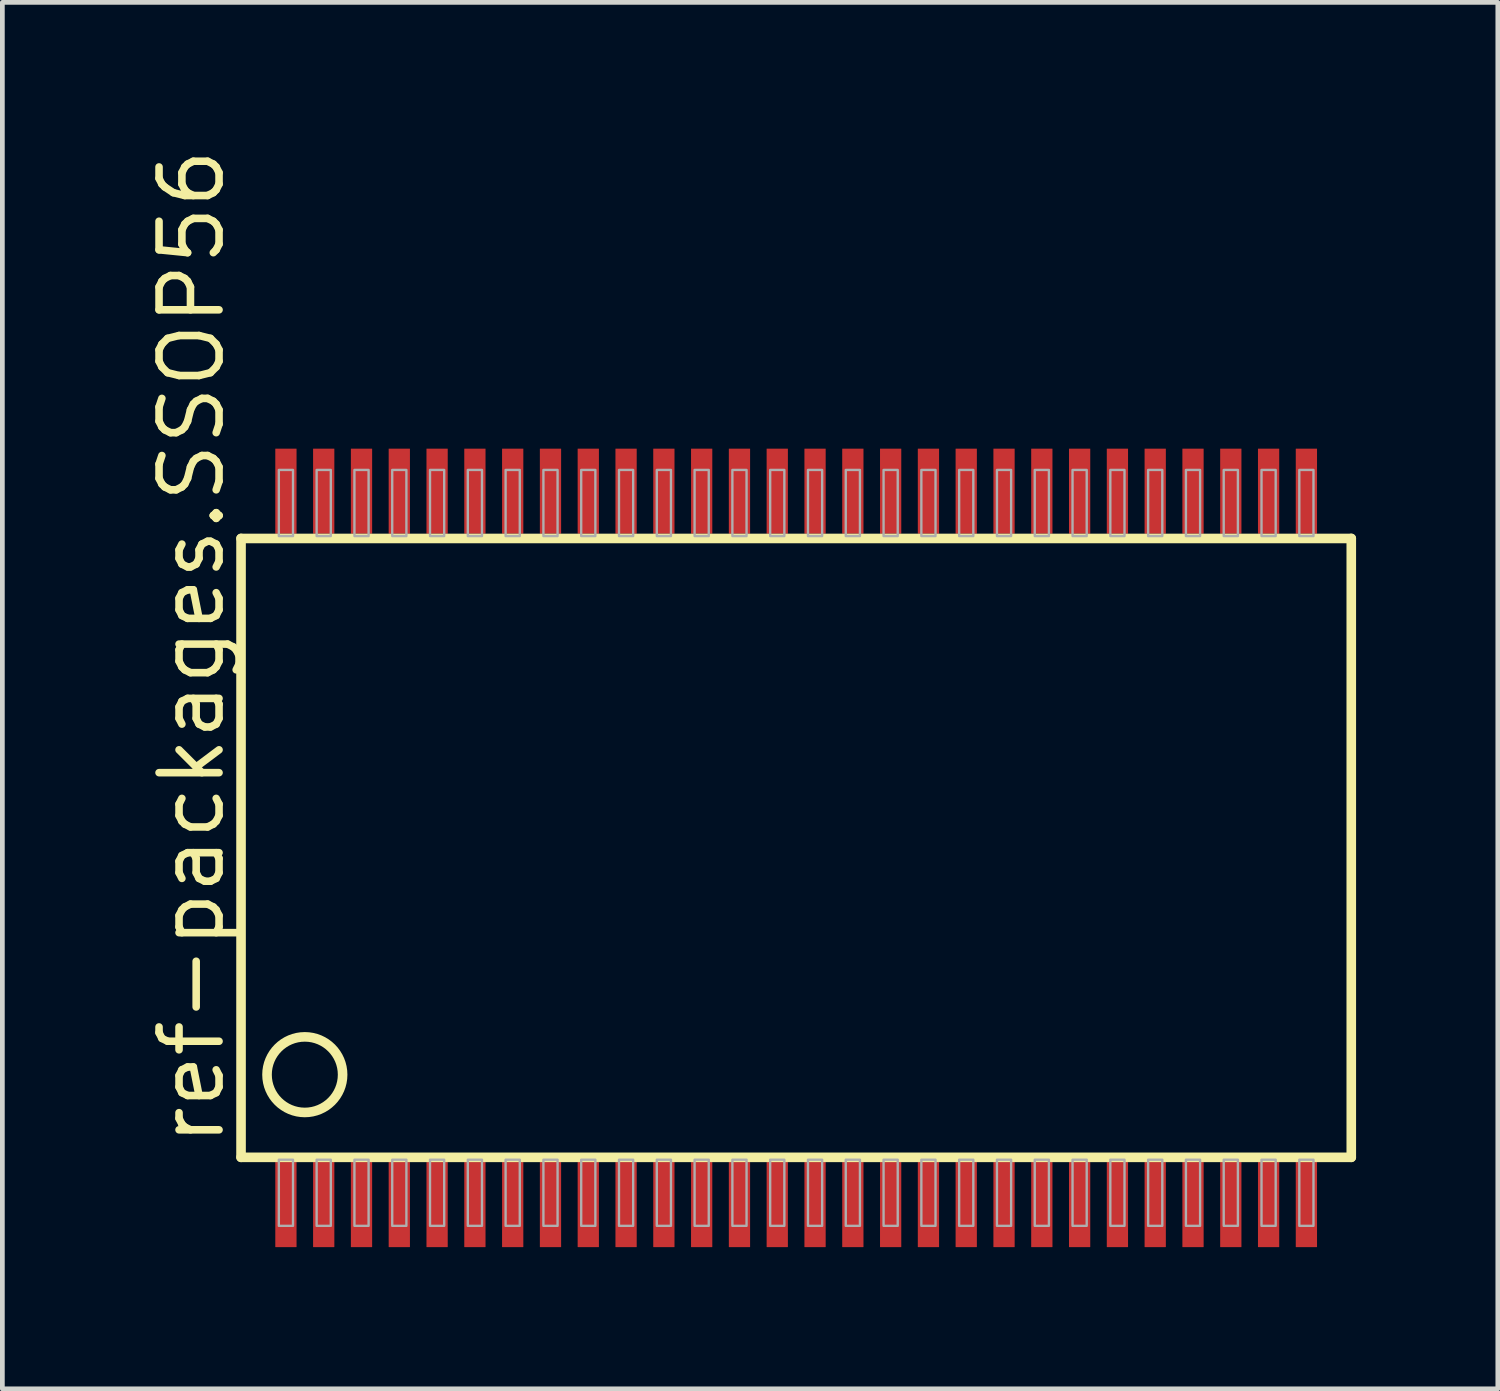
<source format=kicad_pcb>
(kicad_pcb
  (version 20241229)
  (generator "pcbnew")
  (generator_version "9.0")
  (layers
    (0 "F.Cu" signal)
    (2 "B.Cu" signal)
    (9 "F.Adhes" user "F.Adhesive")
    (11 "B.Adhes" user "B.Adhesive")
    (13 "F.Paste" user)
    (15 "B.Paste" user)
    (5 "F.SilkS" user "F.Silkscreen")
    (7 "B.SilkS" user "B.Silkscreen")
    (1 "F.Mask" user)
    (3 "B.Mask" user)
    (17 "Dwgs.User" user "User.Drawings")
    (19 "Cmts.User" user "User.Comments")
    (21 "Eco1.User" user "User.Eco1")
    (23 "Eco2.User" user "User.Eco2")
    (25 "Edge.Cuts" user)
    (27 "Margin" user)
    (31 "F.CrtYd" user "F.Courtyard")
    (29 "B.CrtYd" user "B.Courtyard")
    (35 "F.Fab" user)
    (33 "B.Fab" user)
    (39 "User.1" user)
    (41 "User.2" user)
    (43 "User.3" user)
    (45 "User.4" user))
  (footprint "ref-packages.SSOP56"
    (layer "F.Cu")
    (at 13.802 14.897)
    (property "Reference" "ref-packages.SSOP56" (at -12.052 6.375 90) (layer "F.SilkS") (effects (font (size 1.27 1.27) (thickness 0.16)) (justify left bottom)))
    (attr smd)
    (fp_line (start -11.75 -6.55) (end -11.75 6.55) (stroke (width 0.203) (type default)) (layer "F.SilkS"))
    (fp_line (start -11.75 6.55) (end 11.75 6.55) (stroke (width 0.203) (type default)) (layer "F.SilkS"))
    (fp_line (start 11.75 -6.55) (end -11.75 -6.55) (stroke (width 0.203) (type default)) (layer "F.SilkS"))
    (fp_line (start 11.75 6.55) (end 11.75 -6.55) (stroke (width 0.203) (type default)) (layer "F.SilkS"))
    (fp_circle (center -10.4 4.8) (end -9.6 4.8) (stroke (width 0.203) (type default)) (fill no) (layer "F.SilkS"))
    (fp_rect (start -10.95 -6.6) (end -10.65 -8) (stroke (width 0.05) (type default)) (fill no) (layer "F.Fab"))
    (fp_rect (start -10.95 8) (end -10.65 6.6) (stroke (width 0.05) (type default)) (fill no) (layer "F.Fab"))
    (fp_rect (start -10.15 -6.6) (end -9.85 -8) (stroke (width 0.05) (type default)) (fill no) (layer "F.Fab"))
    (fp_rect (start -10.15 8) (end -9.85 6.6) (stroke (width 0.05) (type default)) (fill no) (layer "F.Fab"))
    (fp_rect (start -9.35 -6.6) (end -9.05 -8) (stroke (width 0.05) (type default)) (fill no) (layer "F.Fab"))
    (fp_rect (start -9.35 8) (end -9.05 6.6) (stroke (width 0.05) (type default)) (fill no) (layer "F.Fab"))
    (fp_rect (start -8.55 -6.6) (end -8.25 -8) (stroke (width 0.05) (type default)) (fill no) (layer "F.Fab"))
    (fp_rect (start -8.55 8) (end -8.25 6.6) (stroke (width 0.05) (type default)) (fill no) (layer "F.Fab"))
    (fp_rect (start -7.75 -6.6) (end -7.45 -8) (stroke (width 0.05) (type default)) (fill no) (layer "F.Fab"))
    (fp_rect (start -7.75 8) (end -7.45 6.6) (stroke (width 0.05) (type default)) (fill no) (layer "F.Fab"))
    (fp_rect (start -6.95 -6.6) (end -6.65 -8) (stroke (width 0.05) (type default)) (fill no) (layer "F.Fab"))
    (fp_rect (start -6.95 8) (end -6.65 6.6) (stroke (width 0.05) (type default)) (fill no) (layer "F.Fab"))
    (fp_rect (start -6.15 -6.6) (end -5.85 -8) (stroke (width 0.05) (type default)) (fill no) (layer "F.Fab"))
    (fp_rect (start -6.15 8) (end -5.85 6.6) (stroke (width 0.05) (type default)) (fill no) (layer "F.Fab"))
    (fp_rect (start -5.35 -6.6) (end -5.05 -8) (stroke (width 0.05) (type default)) (fill no) (layer "F.Fab"))
    (fp_rect (start -5.35 8) (end -5.05 6.6) (stroke (width 0.05) (type default)) (fill no) (layer "F.Fab"))
    (fp_rect (start -4.55 -6.6) (end -4.25 -8) (stroke (width 0.05) (type default)) (fill no) (layer "F.Fab"))
    (fp_rect (start -4.55 8) (end -4.25 6.6) (stroke (width 0.05) (type default)) (fill no) (layer "F.Fab"))
    (fp_rect (start -3.75 -6.6) (end -3.45 -8) (stroke (width 0.05) (type default)) (fill no) (layer "F.Fab"))
    (fp_rect (start -3.75 8) (end -3.45 6.6) (stroke (width 0.05) (type default)) (fill no) (layer "F.Fab"))
    (fp_rect (start -2.95 -6.6) (end -2.65 -8) (stroke (width 0.05) (type default)) (fill no) (layer "F.Fab"))
    (fp_rect (start -2.95 8) (end -2.65 6.6) (stroke (width 0.05) (type default)) (fill no) (layer "F.Fab"))
    (fp_rect (start -2.15 -6.6) (end -1.85 -8) (stroke (width 0.05) (type default)) (fill no) (layer "F.Fab"))
    (fp_rect (start -2.15 8) (end -1.85 6.6) (stroke (width 0.05) (type default)) (fill no) (layer "F.Fab"))
    (fp_rect (start -1.35 -6.6) (end -1.05 -8) (stroke (width 0.05) (type default)) (fill no) (layer "F.Fab"))
    (fp_rect (start -1.35 8) (end -1.05 6.6) (stroke (width 0.05) (type default)) (fill no) (layer "F.Fab"))
    (fp_rect (start -0.55 -6.6) (end -0.25 -8) (stroke (width 0.05) (type default)) (fill no) (layer "F.Fab"))
    (fp_rect (start -0.55 8) (end -0.25 6.6) (stroke (width 0.05) (type default)) (fill no) (layer "F.Fab"))
    (fp_rect (start 0.25 -6.6) (end 0.55 -8) (stroke (width 0.05) (type default)) (fill no) (layer "F.Fab"))
    (fp_rect (start 0.25 8) (end 0.55 6.6) (stroke (width 0.05) (type default)) (fill no) (layer "F.Fab"))
    (fp_rect (start 1.05 -6.6) (end 1.35 -8) (stroke (width 0.05) (type default)) (fill no) (layer "F.Fab"))
    (fp_rect (start 1.05 8) (end 1.35 6.6) (stroke (width 0.05) (type default)) (fill no) (layer "F.Fab"))
    (fp_rect (start 1.85 -6.6) (end 2.15 -8) (stroke (width 0.05) (type default)) (fill no) (layer "F.Fab"))
    (fp_rect (start 1.85 8) (end 2.15 6.6) (stroke (width 0.05) (type default)) (fill no) (layer "F.Fab"))
    (fp_rect (start 2.65 -6.6) (end 2.95 -8) (stroke (width 0.05) (type default)) (fill no) (layer "F.Fab"))
    (fp_rect (start 2.65 8) (end 2.95 6.6) (stroke (width 0.05) (type default)) (fill no) (layer "F.Fab"))
    (fp_rect (start 3.45 -6.6) (end 3.75 -8) (stroke (width 0.05) (type default)) (fill no) (layer "F.Fab"))
    (fp_rect (start 3.45 8) (end 3.75 6.6) (stroke (width 0.05) (type default)) (fill no) (layer "F.Fab"))
    (fp_rect (start 4.25 -6.6) (end 4.55 -8) (stroke (width 0.05) (type default)) (fill no) (layer "F.Fab"))
    (fp_rect (start 4.25 8) (end 4.55 6.6) (stroke (width 0.05) (type default)) (fill no) (layer "F.Fab"))
    (fp_rect (start 5.05 -6.6) (end 5.35 -8) (stroke (width 0.05) (type default)) (fill no) (layer "F.Fab"))
    (fp_rect (start 5.05 8) (end 5.35 6.6) (stroke (width 0.05) (type default)) (fill no) (layer "F.Fab"))
    (fp_rect (start 5.85 -6.6) (end 6.15 -8) (stroke (width 0.05) (type default)) (fill no) (layer "F.Fab"))
    (fp_rect (start 5.85 8) (end 6.15 6.6) (stroke (width 0.05) (type default)) (fill no) (layer "F.Fab"))
    (fp_rect (start 6.65 -6.6) (end 6.95 -8) (stroke (width 0.05) (type default)) (fill no) (layer "F.Fab"))
    (fp_rect (start 6.65 8) (end 6.95 6.6) (stroke (width 0.05) (type default)) (fill no) (layer "F.Fab"))
    (fp_rect (start 7.45 -6.6) (end 7.75 -8) (stroke (width 0.05) (type default)) (fill no) (layer "F.Fab"))
    (fp_rect (start 7.45 8) (end 7.75 6.6) (stroke (width 0.05) (type default)) (fill no) (layer "F.Fab"))
    (fp_rect (start 8.25 -6.6) (end 8.55 -8) (stroke (width 0.05) (type default)) (fill no) (layer "F.Fab"))
    (fp_rect (start 8.25 8) (end 8.55 6.6) (stroke (width 0.05) (type default)) (fill no) (layer "F.Fab"))
    (fp_rect (start 9.05 -6.6) (end 9.35 -8) (stroke (width 0.05) (type default)) (fill no) (layer "F.Fab"))
    (fp_rect (start 9.05 8) (end 9.35 6.6) (stroke (width 0.05) (type default)) (fill no) (layer "F.Fab"))
    (fp_rect (start 9.85 -6.6) (end 10.15 -8) (stroke (width 0.05) (type default)) (fill no) (layer "F.Fab"))
    (fp_rect (start 9.85 8) (end 10.15 6.6) (stroke (width 0.05) (type default)) (fill no) (layer "F.Fab"))
    (fp_rect (start 10.65 -6.6) (end 10.95 -8) (stroke (width 0.05) (type default)) (fill no) (layer "F.Fab"))
    (fp_rect (start 10.65 8) (end 10.95 6.6) (stroke (width 0.05) (type default)) (fill no) (layer "F.Fab"))
    (pad "1" smd roundrect (at -10.8 7.55) (size 0.45 1.8) (layers "F.Cu" "F.Mask" "F.Paste") (roundrect_rratio 0.01))
    (pad "2" smd roundrect (at -10 7.55) (size 0.45 1.8) (layers "F.Cu" "F.Mask" "F.Paste") (roundrect_rratio 0.01))
    (pad "3" smd roundrect (at -9.2 7.55) (size 0.45 1.8) (layers "F.Cu" "F.Mask" "F.Paste") (roundrect_rratio 0.01))
    (pad "4" smd roundrect (at -8.4 7.55) (size 0.45 1.8) (layers "F.Cu" "F.Mask" "F.Paste") (roundrect_rratio 0.01))
    (pad "5" smd roundrect (at -7.6 7.55) (size 0.45 1.8) (layers "F.Cu" "F.Mask" "F.Paste") (roundrect_rratio 0.01))
    (pad "6" smd roundrect (at -6.8 7.55) (size 0.45 1.8) (layers "F.Cu" "F.Mask" "F.Paste") (roundrect_rratio 0.01))
    (pad "7" smd roundrect (at -6 7.55) (size 0.45 1.8) (layers "F.Cu" "F.Mask" "F.Paste") (roundrect_rratio 0.01))
    (pad "8" smd roundrect (at -5.2 7.55) (size 0.45 1.8) (layers "F.Cu" "F.Mask" "F.Paste") (roundrect_rratio 0.01))
    (pad "9" smd roundrect (at -4.4 7.55) (size 0.45 1.8) (layers "F.Cu" "F.Mask" "F.Paste") (roundrect_rratio 0.01))
    (pad "10" smd roundrect (at -3.6 7.55) (size 0.45 1.8) (layers "F.Cu" "F.Mask" "F.Paste") (roundrect_rratio 0.01))
    (pad "11" smd roundrect (at -2.8 7.55) (size 0.45 1.8) (layers "F.Cu" "F.Mask" "F.Paste") (roundrect_rratio 0.01))
    (pad "12" smd roundrect (at -2 7.55) (size 0.45 1.8) (layers "F.Cu" "F.Mask" "F.Paste") (roundrect_rratio 0.01))
    (pad "13" smd roundrect (at -1.2 7.55) (size 0.45 1.8) (layers "F.Cu" "F.Mask" "F.Paste") (roundrect_rratio 0.01))
    (pad "14" smd roundrect (at -0.4 7.55) (size 0.45 1.8) (layers "F.Cu" "F.Mask" "F.Paste") (roundrect_rratio 0.01))
    (pad "15" smd roundrect (at 0.4 7.55) (size 0.45 1.8) (layers "F.Cu" "F.Mask" "F.Paste") (roundrect_rratio 0.01))
    (pad "16" smd roundrect (at 1.2 7.55) (size 0.45 1.8) (layers "F.Cu" "F.Mask" "F.Paste") (roundrect_rratio 0.01))
    (pad "17" smd roundrect (at 2 7.55) (size 0.45 1.8) (layers "F.Cu" "F.Mask" "F.Paste") (roundrect_rratio 0.01))
    (pad "18" smd roundrect (at 2.8 7.55) (size 0.45 1.8) (layers "F.Cu" "F.Mask" "F.Paste") (roundrect_rratio 0.01))
    (pad "19" smd roundrect (at 3.6 7.55) (size 0.45 1.8) (layers "F.Cu" "F.Mask" "F.Paste") (roundrect_rratio 0.01))
    (pad "20" smd roundrect (at 4.4 7.55) (size 0.45 1.8) (layers "F.Cu" "F.Mask" "F.Paste") (roundrect_rratio 0.01))
    (pad "21" smd roundrect (at 5.2 7.55) (size 0.45 1.8) (layers "F.Cu" "F.Mask" "F.Paste") (roundrect_rratio 0.01))
    (pad "22" smd roundrect (at 6 7.55) (size 0.45 1.8) (layers "F.Cu" "F.Mask" "F.Paste") (roundrect_rratio 0.01))
    (pad "23" smd roundrect (at 6.8 7.55) (size 0.45 1.8) (layers "F.Cu" "F.Mask" "F.Paste") (roundrect_rratio 0.01))
    (pad "24" smd roundrect (at 7.6 7.55) (size 0.45 1.8) (layers "F.Cu" "F.Mask" "F.Paste") (roundrect_rratio 0.01))
    (pad "25" smd roundrect (at 8.4 7.55) (size 0.45 1.8) (layers "F.Cu" "F.Mask" "F.Paste") (roundrect_rratio 0.01))
    (pad "26" smd roundrect (at 9.2 7.55) (size 0.45 1.8) (layers "F.Cu" "F.Mask" "F.Paste") (roundrect_rratio 0.01))
    (pad "27" smd roundrect (at 10 7.55) (size 0.45 1.8) (layers "F.Cu" "F.Mask" "F.Paste") (roundrect_rratio 0.01))
    (pad "28" smd roundrect (at 10.8 7.55) (size 0.45 1.8) (layers "F.Cu" "F.Mask" "F.Paste") (roundrect_rratio 0.01))
    (pad "29" smd roundrect (at 10.8 -7.55) (size 0.45 1.8) (layers "F.Cu" "F.Mask" "F.Paste") (roundrect_rratio 0.01))
    (pad "30" smd roundrect (at 10 -7.55) (size 0.45 1.8) (layers "F.Cu" "F.Mask" "F.Paste") (roundrect_rratio 0.01))
    (pad "31" smd roundrect (at 9.2 -7.55) (size 0.45 1.8) (layers "F.Cu" "F.Mask" "F.Paste") (roundrect_rratio 0.01))
    (pad "32" smd roundrect (at 8.4 -7.55) (size 0.45 1.8) (layers "F.Cu" "F.Mask" "F.Paste") (roundrect_rratio 0.01))
    (pad "33" smd roundrect (at 7.6 -7.55) (size 0.45 1.8) (layers "F.Cu" "F.Mask" "F.Paste") (roundrect_rratio 0.01))
    (pad "34" smd roundrect (at 6.8 -7.55) (size 0.45 1.8) (layers "F.Cu" "F.Mask" "F.Paste") (roundrect_rratio 0.01))
    (pad "35" smd roundrect (at 6 -7.55) (size 0.45 1.8) (layers "F.Cu" "F.Mask" "F.Paste") (roundrect_rratio 0.01))
    (pad "36" smd roundrect (at 5.2 -7.55) (size 0.45 1.8) (layers "F.Cu" "F.Mask" "F.Paste") (roundrect_rratio 0.01))
    (pad "37" smd roundrect (at 4.4 -7.55) (size 0.45 1.8) (layers "F.Cu" "F.Mask" "F.Paste") (roundrect_rratio 0.01))
    (pad "38" smd roundrect (at 3.6 -7.55) (size 0.45 1.8) (layers "F.Cu" "F.Mask" "F.Paste") (roundrect_rratio 0.01))
    (pad "39" smd roundrect (at 2.8 -7.55) (size 0.45 1.8) (layers "F.Cu" "F.Mask" "F.Paste") (roundrect_rratio 0.01))
    (pad "40" smd roundrect (at 2 -7.55) (size 0.45 1.8) (layers "F.Cu" "F.Mask" "F.Paste") (roundrect_rratio 0.01))
    (pad "41" smd roundrect (at 1.2 -7.55) (size 0.45 1.8) (layers "F.Cu" "F.Mask" "F.Paste") (roundrect_rratio 0.01))
    (pad "42" smd roundrect (at 0.4 -7.55) (size 0.45 1.8) (layers "F.Cu" "F.Mask" "F.Paste") (roundrect_rratio 0.01))
    (pad "43" smd roundrect (at -0.4 -7.55) (size 0.45 1.8) (layers "F.Cu" "F.Mask" "F.Paste") (roundrect_rratio 0.01))
    (pad "44" smd roundrect (at -1.2 -7.55) (size 0.45 1.8) (layers "F.Cu" "F.Mask" "F.Paste") (roundrect_rratio 0.01))
    (pad "45" smd roundrect (at -2 -7.55) (size 0.45 1.8) (layers "F.Cu" "F.Mask" "F.Paste") (roundrect_rratio 0.01))
    (pad "46" smd roundrect (at -2.8 -7.55) (size 0.45 1.8) (layers "F.Cu" "F.Mask" "F.Paste") (roundrect_rratio 0.01))
    (pad "47" smd roundrect (at -3.6 -7.55) (size 0.45 1.8) (layers "F.Cu" "F.Mask" "F.Paste") (roundrect_rratio 0.01))
    (pad "48" smd roundrect (at -4.4 -7.55) (size 0.45 1.8) (layers "F.Cu" "F.Mask" "F.Paste") (roundrect_rratio 0.01))
    (pad "49" smd roundrect (at -5.2 -7.55) (size 0.45 1.8) (layers "F.Cu" "F.Mask" "F.Paste") (roundrect_rratio 0.01))
    (pad "50" smd roundrect (at -6 -7.55) (size 0.45 1.8) (layers "F.Cu" "F.Mask" "F.Paste") (roundrect_rratio 0.01))
    (pad "51" smd roundrect (at -6.8 -7.55) (size 0.45 1.8) (layers "F.Cu" "F.Mask" "F.Paste") (roundrect_rratio 0.01))
    (pad "52" smd roundrect (at -7.6 -7.55) (size 0.45 1.8) (layers "F.Cu" "F.Mask" "F.Paste") (roundrect_rratio 0.01))
    (pad "53" smd roundrect (at -8.4 -7.55) (size 0.45 1.8) (layers "F.Cu" "F.Mask" "F.Paste") (roundrect_rratio 0.01))
    (pad "54" smd roundrect (at -9.2 -7.55) (size 0.45 1.8) (layers "F.Cu" "F.Mask" "F.Paste") (roundrect_rratio 0.01))
    (pad "55" smd roundrect (at -10 -7.55) (size 0.45 1.8) (layers "F.Cu" "F.Mask" "F.Paste") (roundrect_rratio 0.01))
    (pad "56" smd roundrect (at -10.8 -7.55) (size 0.45 1.8) (layers "F.Cu" "F.Mask" "F.Paste") (roundrect_rratio 0.01)))
  (gr_rect
    (start -3 -3)
    (end 28.654 26.347)
    (stroke (width 0.1) (type default))
    (fill no)
    (layer "Edge.Cuts")))
</source>
